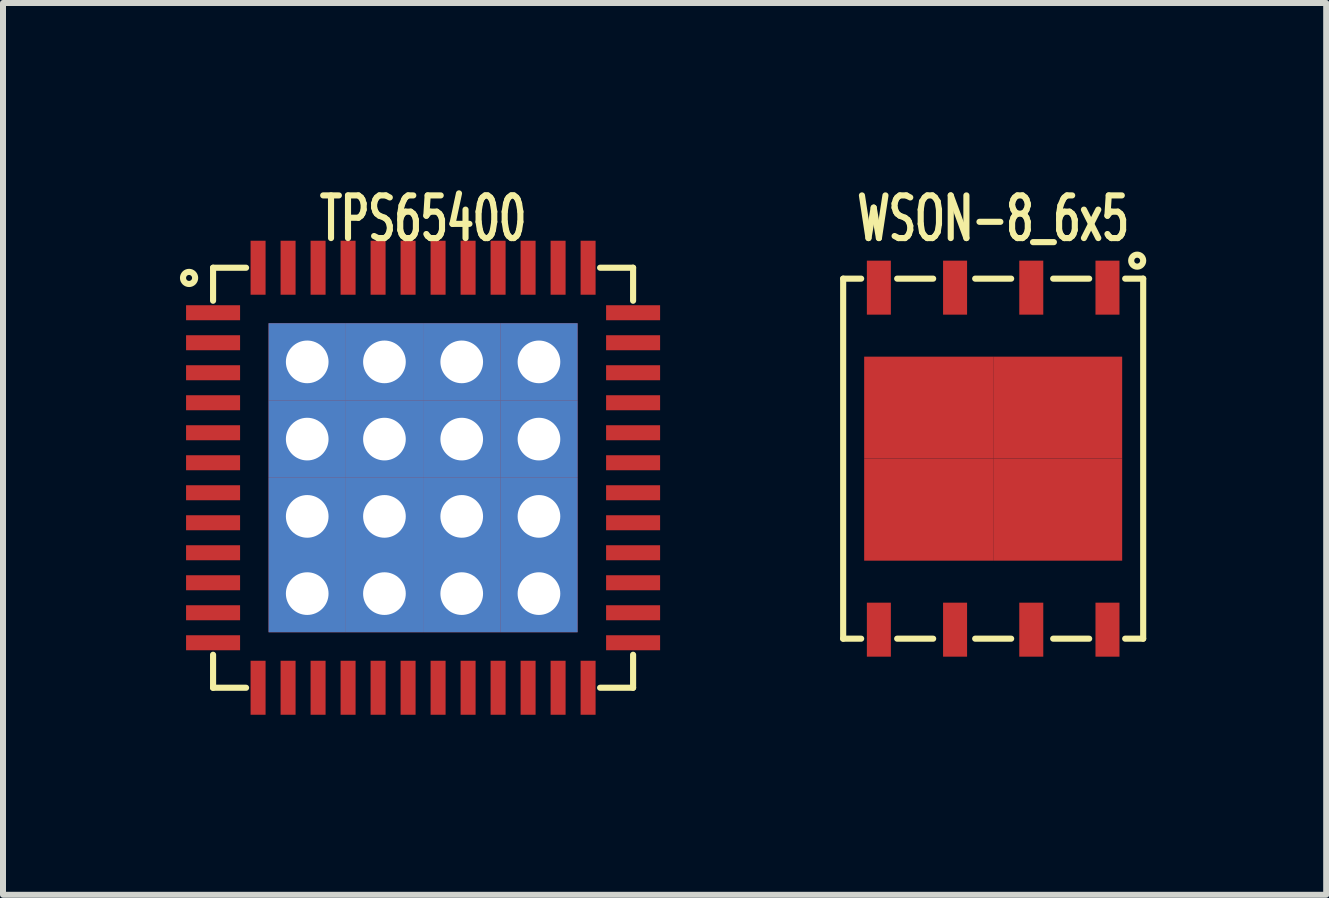
<source format=kicad_pcb>
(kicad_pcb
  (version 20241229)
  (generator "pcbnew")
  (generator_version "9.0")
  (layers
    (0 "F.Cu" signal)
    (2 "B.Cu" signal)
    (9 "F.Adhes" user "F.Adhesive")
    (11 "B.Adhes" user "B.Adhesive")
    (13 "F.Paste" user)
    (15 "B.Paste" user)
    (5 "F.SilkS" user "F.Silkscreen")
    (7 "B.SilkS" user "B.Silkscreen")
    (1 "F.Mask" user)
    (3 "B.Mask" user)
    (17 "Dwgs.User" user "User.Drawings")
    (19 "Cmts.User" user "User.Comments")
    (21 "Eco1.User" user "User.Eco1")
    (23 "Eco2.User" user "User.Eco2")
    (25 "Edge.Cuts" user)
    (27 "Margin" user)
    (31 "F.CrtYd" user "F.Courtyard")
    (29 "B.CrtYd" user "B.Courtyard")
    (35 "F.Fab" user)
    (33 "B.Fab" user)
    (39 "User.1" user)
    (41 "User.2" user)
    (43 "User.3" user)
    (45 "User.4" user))
  (footprint "WSON-8_6x5"
    (layer "F.Cu")
    (at 13.502 4.594)
    (property "Reference" "WSON-8_6x5" (at 0 -4 0) (layer "F.SilkS") (effects (font (size 0.711 0.457) (thickness 0.102))))
    (attr through_hole)
    (fp_line (start -2.5 -3) (end -2.5 3) (stroke (width 0.102) (type solid)) (layer "F.SilkS"))
    (fp_line (start -2.5 -3) (end -2.2 -3) (stroke (width 0.102) (type solid)) (layer "F.SilkS"))
    (fp_line (start -2.5 3) (end -2.2 3) (stroke (width 0.102) (type solid)) (layer "F.SilkS"))
    (fp_line (start -1.6 -3) (end -1 -3) (stroke (width 0.102) (type solid)) (layer "F.SilkS"))
    (fp_line (start -1.6 3) (end -1 3) (stroke (width 0.102) (type solid)) (layer "F.SilkS"))
    (fp_line (start -0.3 -3) (end 0.3 -3) (stroke (width 0.102) (type solid)) (layer "F.SilkS"))
    (fp_line (start -0.3 3) (end 0.3 3) (stroke (width 0.102) (type solid)) (layer "F.SilkS"))
    (fp_line (start 1 -3) (end 1.6 -3) (stroke (width 0.102) (type solid)) (layer "F.SilkS"))
    (fp_line (start 1 3) (end 1.6 3) (stroke (width 0.102) (type solid)) (layer "F.SilkS"))
    (fp_line (start 2.2 -3) (end 2.5 -3) (stroke (width 0.102) (type solid)) (layer "F.SilkS"))
    (fp_line (start 2.5 -3) (end 2.5 3) (stroke (width 0.102) (type solid)) (layer "F.SilkS"))
    (fp_line (start 2.5 3) (end 2.2 3) (stroke (width 0.102) (type solid)) (layer "F.SilkS"))
    (fp_circle (center 2.4 -3.3) (end 2.4 -3.4) (stroke (width 0.102) (type solid)) (fill no) (layer "F.SilkS"))
    (pad "1" smd rect (at 1.905 -2.85) (size 0.4 0.9) (layers "F.Cu" "F.Mask" "F.Paste"))
    (pad "2" smd rect (at 0.635 -2.85) (size 0.4 0.9) (layers "F.Cu" "F.Mask" "F.Paste"))
    (pad "3" smd rect (at -0.635 -2.85) (size 0.4 0.9) (layers "F.Cu" "F.Mask" "F.Paste"))
    (pad "4" smd rect (at -1.905 -2.85) (size 0.4 0.9) (layers "F.Cu" "F.Mask" "F.Paste"))
    (pad "5" smd rect (at -1.905 2.85) (size 0.4 0.9) (layers "F.Cu" "F.Mask" "F.Paste"))
    (pad "6" smd rect (at -0.635 2.85) (size 0.4 0.9) (layers "F.Cu" "F.Mask" "F.Paste"))
    (pad "7" smd rect (at 0.635 2.85) (size 0.4 0.9) (layers "F.Cu" "F.Mask" "F.Paste"))
    (pad "8" smd rect (at 1.905 2.85) (size 0.4 0.9) (layers "F.Cu" "F.Mask" "F.Paste"))
    (pad "9" smd rect (at -1.075 -0.85) (size 2.15 1.7) (layers "F.Cu" "F.Mask" "F.Paste"))
    (pad "9" smd rect (at -1.075 0.85) (size 2.15 1.7) (layers "F.Cu" "F.Mask" "F.Paste"))
    (pad "9" smd rect (at 1.075 -0.85) (size 2.15 1.7) (layers "F.Cu" "F.Mask" "F.Paste"))
    (pad "9" smd rect (at 1.075 0.85) (size 2.15 1.7) (layers "F.Cu" "F.Mask" "F.Paste")))
  (footprint "TPS65400"
    (layer "F.Cu")
    (at 4.001 4.912)
    (property "Reference" "TPS65400" (at 0 -4.318 0) (layer "F.SilkS") (effects (font (size 0.711 0.457) (thickness 0.102))))
    (attr smd)
    (fp_line (start -3.5 -3.5) (end -3.5 -2.95) (stroke (width 0.102) (type solid)) (layer "F.SilkS"))
    (fp_line (start -3.5 -3.5) (end -2.95 -3.5) (stroke (width 0.102) (type solid)) (layer "F.SilkS"))
    (fp_line (start -3.5 3.5) (end -3.5 2.95) (stroke (width 0.102) (type solid)) (layer "F.SilkS"))
    (fp_line (start -3.5 3.5) (end -2.95 3.5) (stroke (width 0.102) (type solid)) (layer "F.SilkS"))
    (fp_line (start 3.5 -3.5) (end 2.95 -3.5) (stroke (width 0.102) (type solid)) (layer "F.SilkS"))
    (fp_line (start 3.5 -3.5) (end 3.5 -2.95) (stroke (width 0.102) (type solid)) (layer "F.SilkS"))
    (fp_line (start 3.5 3.5) (end 2.95 3.5) (stroke (width 0.102) (type solid)) (layer "F.SilkS"))
    (fp_line (start 3.5 3.5) (end 3.5 2.95) (stroke (width 0.102) (type solid)) (layer "F.SilkS"))
    (fp_circle (center -3.9 -3.33) (end -3.95 -3.33) (stroke (width 0.102) (type solid)) (fill no) (layer "F.SilkS"))
    (pad "1" smd rect (at -3.5 -2.75) (size 0.9 0.25) (layers "F.Cu" "F.Mask" "F.Paste"))
    (pad "2" smd rect (at -3.5 -2.25) (size 0.9 0.25) (layers "F.Cu" "F.Mask" "F.Paste"))
    (pad "3" smd rect (at -3.5 -1.75) (size 0.9 0.25) (layers "F.Cu" "F.Mask" "F.Paste"))
    (pad "4" smd rect (at -3.5 -1.25) (size 0.9 0.25) (layers "F.Cu" "F.Mask" "F.Paste"))
    (pad "5" smd rect (at -3.5 -0.75) (size 0.9 0.25) (layers "F.Cu" "F.Mask" "F.Paste"))
    (pad "6" smd rect (at -3.5 -0.25) (size 0.9 0.25) (layers "F.Cu" "F.Mask" "F.Paste"))
    (pad "7" smd rect (at -3.5 0.25) (size 0.9 0.25) (layers "F.Cu" "F.Mask" "F.Paste"))
    (pad "8" smd rect (at -3.5 0.75) (size 0.9 0.25) (layers "F.Cu" "F.Mask" "F.Paste"))
    (pad "9" smd rect (at -3.5 1.25) (size 0.9 0.25) (layers "F.Cu" "F.Mask" "F.Paste"))
    (pad "10" smd rect (at -3.5 1.75) (size 0.9 0.25) (layers "F.Cu" "F.Mask" "F.Paste"))
    (pad "11" smd rect (at -3.5 2.25) (size 0.9 0.25) (layers "F.Cu" "F.Mask" "F.Paste"))
    (pad "12" smd rect (at -3.5 2.75) (size 0.9 0.25) (layers "F.Cu" "F.Mask" "F.Paste"))
    (pad "13" smd rect (at -2.75 3.5 90) (size 0.9 0.25) (layers "F.Cu" "F.Mask" "F.Paste"))
    (pad "14" smd rect (at -2.25 3.5 90) (size 0.9 0.25) (layers "F.Cu" "F.Mask" "F.Paste"))
    (pad "15" smd rect (at -1.75 3.5 90) (size 0.9 0.25) (layers "F.Cu" "F.Mask" "F.Paste"))
    (pad "16" smd rect (at -1.25 3.5 90) (size 0.9 0.25) (layers "F.Cu" "F.Mask" "F.Paste"))
    (pad "17" smd rect (at -0.75 3.5 90) (size 0.9 0.25) (layers "F.Cu" "F.Mask" "F.Paste"))
    (pad "18" smd rect (at -0.25 3.5 90) (size 0.9 0.25) (layers "F.Cu" "F.Mask" "F.Paste"))
    (pad "19" smd rect (at 0.25 3.5 90) (size 0.9 0.25) (layers "F.Cu" "F.Mask" "F.Paste"))
    (pad "20" smd rect (at 0.75 3.5 90) (size 0.9 0.25) (layers "F.Cu" "F.Mask" "F.Paste"))
    (pad "21" smd rect (at 1.25 3.5 90) (size 0.9 0.25) (layers "F.Cu" "F.Mask" "F.Paste"))
    (pad "22" smd rect (at 1.75 3.5 90) (size 0.9 0.25) (layers "F.Cu" "F.Mask" "F.Paste"))
    (pad "23" smd rect (at 2.25 3.5 90) (size 0.9 0.25) (layers "F.Cu" "F.Mask" "F.Paste"))
    (pad "24" smd rect (at 2.75 3.5 90) (size 0.9 0.25) (layers "F.Cu" "F.Mask" "F.Paste"))
    (pad "25" smd rect (at 3.5 2.75) (size 0.9 0.25) (layers "F.Cu" "F.Mask" "F.Paste"))
    (pad "26" smd rect (at 3.5 2.25) (size 0.9 0.25) (layers "F.Cu" "F.Mask" "F.Paste"))
    (pad "27" smd rect (at 3.5 1.75) (size 0.9 0.25) (layers "F.Cu" "F.Mask" "F.Paste"))
    (pad "28" smd rect (at 3.5 1.25) (size 0.9 0.25) (layers "F.Cu" "F.Mask" "F.Paste"))
    (pad "29" smd rect (at 3.5 0.75) (size 0.9 0.25) (layers "F.Cu" "F.Mask" "F.Paste"))
    (pad "30" smd rect (at 3.5 0.25) (size 0.9 0.25) (layers "F.Cu" "F.Mask" "F.Paste"))
    (pad "31" smd rect (at 3.5 -0.25) (size 0.9 0.25) (layers "F.Cu" "F.Mask" "F.Paste"))
    (pad "32" smd rect (at 3.5 -0.75) (size 0.9 0.25) (layers "F.Cu" "F.Mask" "F.Paste"))
    (pad "33" smd rect (at 3.5 -1.25) (size 0.9 0.25) (layers "F.Cu" "F.Mask" "F.Paste"))
    (pad "34" smd rect (at 3.5 -1.75) (size 0.9 0.25) (layers "F.Cu" "F.Mask" "F.Paste"))
    (pad "35" smd rect (at 3.5 -2.25) (size 0.9 0.25) (layers "F.Cu" "F.Mask" "F.Paste"))
    (pad "36" smd rect (at 3.5 -2.75) (size 0.9 0.25) (layers "F.Cu" "F.Mask" "F.Paste"))
    (pad "37" smd rect (at 2.75 -3.5 90) (size 0.9 0.25) (layers "F.Cu" "F.Mask" "F.Paste"))
    (pad "38" smd rect (at 2.25 -3.5 90) (size 0.9 0.25) (layers "F.Cu" "F.Mask" "F.Paste"))
    (pad "39" smd rect (at 1.75 -3.5 90) (size 0.9 0.25) (layers "F.Cu" "F.Mask" "F.Paste"))
    (pad "40" smd rect (at 1.25 -3.5 90) (size 0.9 0.25) (layers "F.Cu" "F.Mask" "F.Paste"))
    (pad "41" smd rect (at 0.75 -3.5 90) (size 0.9 0.25) (layers "F.Cu" "F.Mask" "F.Paste"))
    (pad "42" smd rect (at 0.25 -3.5 90) (size 0.9 0.25) (layers "F.Cu" "F.Mask" "F.Paste"))
    (pad "43" smd rect (at -0.25 -3.5 90) (size 0.9 0.25) (layers "F.Cu" "F.Mask" "F.Paste"))
    (pad "44" smd rect (at -0.75 -3.5 90) (size 0.9 0.25) (layers "F.Cu" "F.Mask" "F.Paste"))
    (pad "45" smd rect (at -1.25 -3.5 90) (size 0.9 0.25) (layers "F.Cu" "F.Mask" "F.Paste"))
    (pad "46" smd rect (at -1.75 -3.5 90) (size 0.9 0.25) (layers "F.Cu" "F.Mask" "F.Paste"))
    (pad "47" smd rect (at -2.25 -3.5 90) (size 0.9 0.25) (layers "F.Cu" "F.Mask" "F.Paste"))
    (pad "48" smd rect (at -2.75 -3.5 90) (size 0.9 0.25) (layers "F.Cu" "F.Mask" "F.Paste"))
    (pad "49" thru_hole rect (at -1.931 -1.931) (size 1.288 1.288) (drill 0.711) (layers "*.Cu" "*.Mask" "F.Paste"))
    (pad "49" thru_hole rect (at -1.931 -0.644) (size 1.288 1.288) (drill 0.711) (layers "*.Cu" "*.Mask" "F.Paste"))
    (pad "49" thru_hole rect (at -1.931 0.644) (size 1.288 1.288) (drill 0.711) (layers "*.Cu" "*.Mask" "F.Paste"))
    (pad "49" thru_hole rect (at -1.931 1.931) (size 1.288 1.288) (drill 0.711) (layers "*.Cu" "*.Mask" "F.Paste"))
    (pad "49" thru_hole rect (at -0.644 -1.931) (size 1.288 1.288) (drill 0.711) (layers "*.Cu" "*.Mask" "F.Paste"))
    (pad "49" thru_hole rect (at -0.644 -0.644) (size 1.288 1.288) (drill 0.711) (layers "*.Cu" "*.Mask" "F.Paste"))
    (pad "49" thru_hole rect (at -0.644 0.644) (size 1.288 1.288) (drill 0.711) (layers "*.Cu" "*.Mask" "F.Paste"))
    (pad "49" thru_hole rect (at -0.644 1.931) (size 1.288 1.288) (drill 0.711) (layers "*.Cu" "*.Mask" "F.Paste"))
    (pad "49" thru_hole rect (at 0.644 -1.931) (size 1.288 1.288) (drill 0.711) (layers "*.Cu" "*.Mask" "F.Paste"))
    (pad "49" thru_hole rect (at 0.644 -0.644) (size 1.288 1.288) (drill 0.711) (layers "*.Cu" "*.Mask" "F.Paste"))
    (pad "49" thru_hole rect (at 0.644 0.644) (size 1.288 1.288) (drill 0.711) (layers "*.Cu" "*.Mask" "F.Paste"))
    (pad "49" thru_hole rect (at 0.644 1.931) (size 1.288 1.288) (drill 0.711) (layers "*.Cu" "*.Mask" "F.Paste"))
    (pad "49" thru_hole rect (at 1.931 -1.931) (size 1.288 1.288) (drill 0.711) (layers "*.Cu" "*.Mask" "F.Paste"))
    (pad "49" thru_hole rect (at 1.931 -0.644) (size 1.288 1.288) (drill 0.711) (layers "*.Cu" "*.Mask" "F.Paste"))
    (pad "49" thru_hole rect (at 1.931 0.644) (size 1.288 1.288) (drill 0.711) (layers "*.Cu" "*.Mask" "F.Paste"))
    (pad "49" thru_hole rect (at 1.931 1.931) (size 1.288 1.288) (drill 0.711) (layers "*.Cu" "*.Mask" "F.Paste")))
  (gr_rect
    (start -3 -3)
    (end 19.052 11.862)
    (stroke (width 0.1) (type default))
    (fill no)
    (layer "Edge.Cuts")))
</source>
